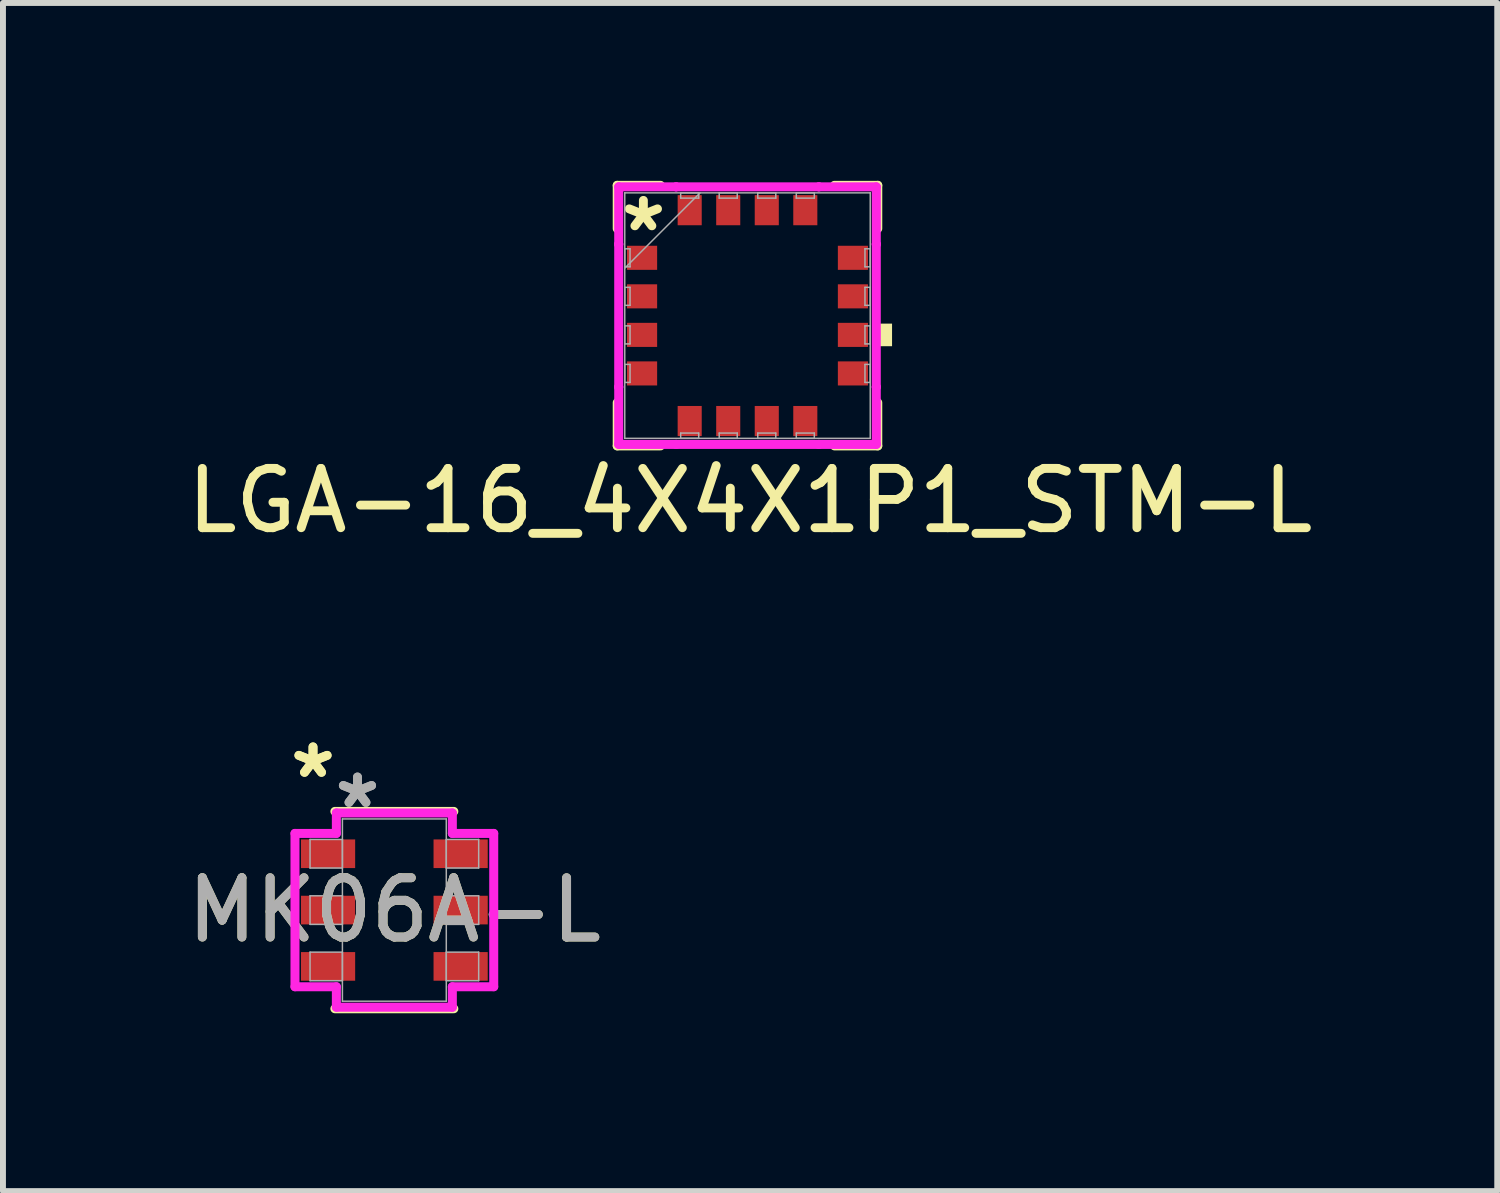
<source format=kicad_pcb>
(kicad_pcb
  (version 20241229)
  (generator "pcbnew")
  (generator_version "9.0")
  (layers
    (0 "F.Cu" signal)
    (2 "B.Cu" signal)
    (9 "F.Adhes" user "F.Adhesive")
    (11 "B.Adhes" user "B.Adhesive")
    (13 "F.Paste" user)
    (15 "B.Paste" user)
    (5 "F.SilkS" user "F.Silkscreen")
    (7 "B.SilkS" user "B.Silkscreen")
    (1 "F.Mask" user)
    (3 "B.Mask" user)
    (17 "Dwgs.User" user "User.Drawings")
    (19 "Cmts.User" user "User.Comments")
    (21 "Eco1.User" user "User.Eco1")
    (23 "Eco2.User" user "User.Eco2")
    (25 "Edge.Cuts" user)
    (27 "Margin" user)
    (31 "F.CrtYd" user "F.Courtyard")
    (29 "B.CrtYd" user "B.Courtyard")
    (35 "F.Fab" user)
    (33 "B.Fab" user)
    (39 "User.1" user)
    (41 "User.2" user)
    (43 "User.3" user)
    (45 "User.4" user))
  (footprint "MK06A-L"
    (layer "F.Cu")
    (at 3.601 12.299)
    (property "Reference" "MK06A-L" (at 0 0 0) (unlocked yes) (layer "F.SilkS") (effects (font (size 1 1) (thickness 0.15))))
    (attr smd)
    (fp_line (start -1.003 1.664) (end 1.003 1.664) (stroke (width 0.152) (type solid)) (layer "F.SilkS"))
    (fp_line (start 1.003 -1.664) (end -1.003 -1.664) (stroke (width 0.152) (type solid)) (layer "F.SilkS"))
    (fp_line (start -1.676 -1.293) (end -0.978 -1.293) (stroke (width 0.152) (type solid)) (layer "F.CrtYd"))
    (fp_line (start -1.676 1.293) (end -1.676 -1.293) (stroke (width 0.152) (type solid)) (layer "F.CrtYd"))
    (fp_line (start -0.978 -1.638) (end 0.978 -1.638) (stroke (width 0.152) (type solid)) (layer "F.CrtYd"))
    (fp_line (start -0.978 -1.293) (end -0.978 -1.638) (stroke (width 0.152) (type solid)) (layer "F.CrtYd"))
    (fp_line (start -0.978 1.293) (end -1.676 1.293) (stroke (width 0.152) (type solid)) (layer "F.CrtYd"))
    (fp_line (start -0.978 1.638) (end -0.978 1.293) (stroke (width 0.152) (type solid)) (layer "F.CrtYd"))
    (fp_line (start 0.978 -1.638) (end 0.978 -1.293) (stroke (width 0.152) (type solid)) (layer "F.CrtYd"))
    (fp_line (start 0.978 -1.293) (end 1.676 -1.293) (stroke (width 0.152) (type solid)) (layer "F.CrtYd"))
    (fp_line (start 0.978 1.293) (end 0.978 1.638) (stroke (width 0.152) (type solid)) (layer "F.CrtYd"))
    (fp_line (start 0.978 1.638) (end -0.978 1.638) (stroke (width 0.152) (type solid)) (layer "F.CrtYd"))
    (fp_line (start 1.676 -1.293) (end 1.676 1.293) (stroke (width 0.152) (type solid)) (layer "F.CrtYd"))
    (fp_line (start 1.676 1.293) (end 0.978 1.293) (stroke (width 0.152) (type solid)) (layer "F.CrtYd"))
    (fp_line (start -1.422 -1.191) (end -1.422 -0.709) (stroke (width 0.025) (type solid)) (layer "F.Fab"))
    (fp_line (start -1.422 -0.709) (end -0.876 -0.709) (stroke (width 0.025) (type solid)) (layer "F.Fab"))
    (fp_line (start -1.422 -0.241) (end -1.422 0.241) (stroke (width 0.025) (type solid)) (layer "F.Fab"))
    (fp_line (start -1.422 0.241) (end -0.876 0.241) (stroke (width 0.025) (type solid)) (layer "F.Fab"))
    (fp_line (start -1.422 0.709) (end -1.422 1.191) (stroke (width 0.025) (type solid)) (layer "F.Fab"))
    (fp_line (start -1.422 1.191) (end -0.876 1.191) (stroke (width 0.025) (type solid)) (layer "F.Fab"))
    (fp_line (start -0.876 -1.537) (end -0.876 1.537) (stroke (width 0.025) (type solid)) (layer "F.Fab"))
    (fp_line (start -0.876 -1.191) (end -1.422 -1.191) (stroke (width 0.025) (type solid)) (layer "F.Fab"))
    (fp_line (start -0.876 -0.709) (end -0.876 -1.191) (stroke (width 0.025) (type solid)) (layer "F.Fab"))
    (fp_line (start -0.876 -0.241) (end -1.422 -0.241) (stroke (width 0.025) (type solid)) (layer "F.Fab"))
    (fp_line (start -0.876 0.241) (end -0.876 -0.241) (stroke (width 0.025) (type solid)) (layer "F.Fab"))
    (fp_line (start -0.876 0.709) (end -1.422 0.709) (stroke (width 0.025) (type solid)) (layer "F.Fab"))
    (fp_line (start -0.876 1.191) (end -0.876 0.709) (stroke (width 0.025) (type solid)) (layer "F.Fab"))
    (fp_line (start -0.876 1.537) (end 0.876 1.537) (stroke (width 0.025) (type solid)) (layer "F.Fab"))
    (fp_line (start 0.876 -1.537) (end -0.876 -1.537) (stroke (width 0.025) (type solid)) (layer "F.Fab"))
    (fp_line (start 0.876 -1.191) (end 0.876 -0.709) (stroke (width 0.025) (type solid)) (layer "F.Fab"))
    (fp_line (start 0.876 -0.709) (end 1.422 -0.709) (stroke (width 0.025) (type solid)) (layer "F.Fab"))
    (fp_line (start 0.876 -0.241) (end 0.876 0.241) (stroke (width 0.025) (type solid)) (layer "F.Fab"))
    (fp_line (start 0.876 0.241) (end 1.422 0.241) (stroke (width 0.025) (type solid)) (layer "F.Fab"))
    (fp_line (start 0.876 0.709) (end 0.876 1.191) (stroke (width 0.025) (type solid)) (layer "F.Fab"))
    (fp_line (start 0.876 1.191) (end 1.422 1.191) (stroke (width 0.025) (type solid)) (layer "F.Fab"))
    (fp_line (start 0.876 1.537) (end 0.876 -1.537) (stroke (width 0.025) (type solid)) (layer "F.Fab"))
    (fp_line (start 1.422 -1.191) (end 0.876 -1.191) (stroke (width 0.025) (type solid)) (layer "F.Fab"))
    (fp_line (start 1.422 -0.709) (end 1.422 -1.191) (stroke (width 0.025) (type solid)) (layer "F.Fab"))
    (fp_line (start 1.422 -0.241) (end 0.876 -0.241) (stroke (width 0.025) (type solid)) (layer "F.Fab"))
    (fp_line (start 1.422 0.241) (end 1.422 -0.241) (stroke (width 0.025) (type solid)) (layer "F.Fab"))
    (fp_line (start 1.422 0.709) (end 0.876 0.709) (stroke (width 0.025) (type solid)) (layer "F.Fab"))
    (fp_line (start 1.422 1.191) (end 1.422 0.709) (stroke (width 0.025) (type solid)) (layer "F.Fab"))
    (fp_text user "*" (at -1.372 -2.207 0) (layer "F.SilkS") (effects (font (size 1 1) (thickness 0.15))))
    (fp_text user "*" (at -1.372 -2.207 0) (unlocked yes) (layer "F.SilkS") (effects (font (size 1 1) (thickness 0.15))))
    (fp_text user "*" (at -0.622 -1.699 0) (layer "F.Fab") (effects (font (size 1 1) (thickness 0.15))))
    (fp_text user "${REFERENCE}" (at 0 0 0) (unlocked yes) (layer "F.Fab") (effects (font (size 1 1) (thickness 0.15))))
    (fp_text user "*" (at -0.622 -1.699 0) (unlocked yes) (layer "F.Fab") (effects (font (size 1 1) (thickness 0.15))))
    (pad "1" smd rect (at -1.118 -0.95) (size 0.914 0.483) (layers "F.Cu" "F.Mask" "F.Paste"))
    (pad "2" smd rect (at -1.118 0) (size 0.914 0.483) (layers "F.Cu" "F.Mask" "F.Paste"))
    (pad "3" smd rect (at -1.118 0.95) (size 0.914 0.483) (layers "F.Cu" "F.Mask" "F.Paste"))
    (pad "4" smd rect (at 1.118 0.95) (size 0.914 0.483) (layers "F.Cu" "F.Mask" "F.Paste"))
    (pad "5" smd rect (at 1.118 0) (size 0.914 0.483) (layers "F.Cu" "F.Mask" "F.Paste"))
    (pad "6" smd rect (at 1.118 -0.95) (size 0.914 0.483) (layers "F.Cu" "F.Mask" "F.Paste")))
  (footprint "LGA-16_4X4X1P1_STM-L"
    (layer "F.Cu")
    (at 9.557 2.273)
    (property "Reference" "LGA-16_4X4X1P1_STM-L" (at 0.044 3.122 0) (unlocked yes) (layer "F.SilkS") (effects (font (size 1 1) (thickness 0.15))))
    (attr smd)
    (fp_line (start -2.197 -2.197) (end -2.197 -1.467) (stroke (width 0.152) (type solid)) (layer "F.SilkS"))
    (fp_line (start -2.197 1.467) (end -2.197 2.197) (stroke (width 0.152) (type solid)) (layer "F.SilkS"))
    (fp_line (start -2.197 2.197) (end -1.467 2.197) (stroke (width 0.152) (type solid)) (layer "F.SilkS"))
    (fp_line (start -1.467 -2.197) (end -2.197 -2.197) (stroke (width 0.152) (type solid)) (layer "F.SilkS"))
    (fp_line (start 1.467 2.197) (end 2.197 2.197) (stroke (width 0.152) (type solid)) (layer "F.SilkS"))
    (fp_line (start 2.197 -2.197) (end 1.467 -2.197) (stroke (width 0.152) (type solid)) (layer "F.SilkS"))
    (fp_line (start 2.197 -1.467) (end 2.197 -2.197) (stroke (width 0.152) (type solid)) (layer "F.SilkS"))
    (fp_line (start 2.197 2.197) (end 2.197 1.467) (stroke (width 0.152) (type solid)) (layer "F.SilkS"))
    (fp_poly (pts (xy 2.438 0.135) (xy 2.438 0.516) (xy 2.184 0.516) (xy 2.184 0.135)) (stroke (width 0) (type solid)) (fill yes) (layer "F.SilkS"))
    (fp_line (start -2.172 -2.172) (end -1.204 -2.172) (stroke (width 0.152) (type solid)) (layer "F.CrtYd"))
    (fp_line (start -2.172 -1.204) (end -2.172 -2.172) (stroke (width 0.152) (type solid)) (layer "F.CrtYd"))
    (fp_line (start -2.172 -1.204) (end -2.172 -1.204) (stroke (width 0.152) (type solid)) (layer "F.CrtYd"))
    (fp_line (start -2.172 1.204) (end -2.172 -1.204) (stroke (width 0.152) (type solid)) (layer "F.CrtYd"))
    (fp_line (start -2.172 1.204) (end -2.172 1.204) (stroke (width 0.152) (type solid)) (layer "F.CrtYd"))
    (fp_line (start -2.172 2.172) (end -2.172 1.204) (stroke (width 0.152) (type solid)) (layer "F.CrtYd"))
    (fp_line (start -1.204 -2.172) (end -1.204 -2.172) (stroke (width 0.152) (type solid)) (layer "F.CrtYd"))
    (fp_line (start -1.204 -2.172) (end 1.204 -2.172) (stroke (width 0.152) (type solid)) (layer "F.CrtYd"))
    (fp_line (start -1.204 2.172) (end -2.172 2.172) (stroke (width 0.152) (type solid)) (layer "F.CrtYd"))
    (fp_line (start -1.204 2.172) (end -1.204 2.172) (stroke (width 0.152) (type solid)) (layer "F.CrtYd"))
    (fp_line (start 1.204 -2.172) (end 1.204 -2.172) (stroke (width 0.152) (type solid)) (layer "F.CrtYd"))
    (fp_line (start 1.204 -2.172) (end 2.172 -2.172) (stroke (width 0.152) (type solid)) (layer "F.CrtYd"))
    (fp_line (start 1.204 2.172) (end -1.204 2.172) (stroke (width 0.152) (type solid)) (layer "F.CrtYd"))
    (fp_line (start 1.204 2.172) (end 1.204 2.172) (stroke (width 0.152) (type solid)) (layer "F.CrtYd"))
    (fp_line (start 2.172 -2.172) (end 2.172 -1.204) (stroke (width 0.152) (type solid)) (layer "F.CrtYd"))
    (fp_line (start 2.172 -1.204) (end 2.172 -1.204) (stroke (width 0.152) (type solid)) (layer "F.CrtYd"))
    (fp_line (start 2.172 -1.204) (end 2.172 1.204) (stroke (width 0.152) (type solid)) (layer "F.CrtYd"))
    (fp_line (start 2.172 1.204) (end 2.172 1.204) (stroke (width 0.152) (type solid)) (layer "F.CrtYd"))
    (fp_line (start 2.172 1.204) (end 2.172 2.172) (stroke (width 0.152) (type solid)) (layer "F.CrtYd"))
    (fp_line (start 2.172 2.172) (end 1.204 2.172) (stroke (width 0.152) (type solid)) (layer "F.CrtYd"))
    (fp_line (start -2.07 -2.07) (end -2.07 -2.07) (stroke (width 0.025) (type solid)) (layer "F.Fab"))
    (fp_line (start -2.07 -2.07) (end -2.07 2.07) (stroke (width 0.025) (type solid)) (layer "F.Fab"))
    (fp_line (start -2.07 -1.127) (end -1.981 -1.127) (stroke (width 0.025) (type solid)) (layer "F.Fab"))
    (fp_line (start -2.07 -0.823) (end -2.07 -1.127) (stroke (width 0.025) (type solid)) (layer "F.Fab"))
    (fp_line (start -2.07 -0.8) (end -0.8 -2.07) (stroke (width 0.025) (type solid)) (layer "F.Fab"))
    (fp_line (start -2.07 -0.477) (end -1.981 -0.477) (stroke (width 0.025) (type solid)) (layer "F.Fab"))
    (fp_line (start -2.07 -0.173) (end -2.07 -0.477) (stroke (width 0.025) (type solid)) (layer "F.Fab"))
    (fp_line (start -2.07 0.173) (end -1.981 0.173) (stroke (width 0.025) (type solid)) (layer "F.Fab"))
    (fp_line (start -2.07 0.477) (end -2.07 0.173) (stroke (width 0.025) (type solid)) (layer "F.Fab"))
    (fp_line (start -2.07 0.823) (end -1.981 0.823) (stroke (width 0.025) (type solid)) (layer "F.Fab"))
    (fp_line (start -2.07 1.127) (end -2.07 0.823) (stroke (width 0.025) (type solid)) (layer "F.Fab"))
    (fp_line (start -2.07 2.07) (end -2.07 2.07) (stroke (width 0.025) (type solid)) (layer "F.Fab"))
    (fp_line (start -2.07 2.07) (end 2.07 2.07) (stroke (width 0.025) (type solid)) (layer "F.Fab"))
    (fp_line (start -1.981 -1.127) (end -1.981 -0.823) (stroke (width 0.025) (type solid)) (layer "F.Fab"))
    (fp_line (start -1.981 -0.823) (end -2.07 -0.823) (stroke (width 0.025) (type solid)) (layer "F.Fab"))
    (fp_line (start -1.981 -0.477) (end -1.981 -0.173) (stroke (width 0.025) (type solid)) (layer "F.Fab"))
    (fp_line (start -1.981 -0.173) (end -2.07 -0.173) (stroke (width 0.025) (type solid)) (layer "F.Fab"))
    (fp_line (start -1.981 0.173) (end -1.981 0.477) (stroke (width 0.025) (type solid)) (layer "F.Fab"))
    (fp_line (start -1.981 0.477) (end -2.07 0.477) (stroke (width 0.025) (type solid)) (layer "F.Fab"))
    (fp_line (start -1.981 0.823) (end -1.981 1.127) (stroke (width 0.025) (type solid)) (layer "F.Fab"))
    (fp_line (start -1.981 1.127) (end -2.07 1.127) (stroke (width 0.025) (type solid)) (layer "F.Fab"))
    (fp_line (start -1.127 -2.07) (end -0.823 -2.07) (stroke (width 0.025) (type solid)) (layer "F.Fab"))
    (fp_line (start -1.127 -1.981) (end -1.127 -2.07) (stroke (width 0.025) (type solid)) (layer "F.Fab"))
    (fp_line (start -1.127 1.981) (end -0.823 1.981) (stroke (width 0.025) (type solid)) (layer "F.Fab"))
    (fp_line (start -1.127 2.07) (end -1.127 1.981) (stroke (width 0.025) (type solid)) (layer "F.Fab"))
    (fp_line (start -0.823 -2.07) (end -0.823 -1.981) (stroke (width 0.025) (type solid)) (layer "F.Fab"))
    (fp_line (start -0.823 -1.981) (end -1.127 -1.981) (stroke (width 0.025) (type solid)) (layer "F.Fab"))
    (fp_line (start -0.823 1.981) (end -0.823 2.07) (stroke (width 0.025) (type solid)) (layer "F.Fab"))
    (fp_line (start -0.823 2.07) (end -1.127 2.07) (stroke (width 0.025) (type solid)) (layer "F.Fab"))
    (fp_line (start -0.477 -2.07) (end -0.173 -2.07) (stroke (width 0.025) (type solid)) (layer "F.Fab"))
    (fp_line (start -0.477 -1.981) (end -0.477 -2.07) (stroke (width 0.025) (type solid)) (layer "F.Fab"))
    (fp_line (start -0.477 1.981) (end -0.173 1.981) (stroke (width 0.025) (type solid)) (layer "F.Fab"))
    (fp_line (start -0.477 2.07) (end -0.477 1.981) (stroke (width 0.025) (type solid)) (layer "F.Fab"))
    (fp_line (start -0.173 -2.07) (end -0.173 -1.981) (stroke (width 0.025) (type solid)) (layer "F.Fab"))
    (fp_line (start -0.173 -1.981) (end -0.477 -1.981) (stroke (width 0.025) (type solid)) (layer "F.Fab"))
    (fp_line (start -0.173 1.981) (end -0.173 2.07) (stroke (width 0.025) (type solid)) (layer "F.Fab"))
    (fp_line (start -0.173 2.07) (end -0.477 2.07) (stroke (width 0.025) (type solid)) (layer "F.Fab"))
    (fp_line (start 0.173 -2.07) (end 0.477 -2.07) (stroke (width 0.025) (type solid)) (layer "F.Fab"))
    (fp_line (start 0.173 -1.981) (end 0.173 -2.07) (stroke (width 0.025) (type solid)) (layer "F.Fab"))
    (fp_line (start 0.173 1.981) (end 0.477 1.981) (stroke (width 0.025) (type solid)) (layer "F.Fab"))
    (fp_line (start 0.173 2.07) (end 0.173 1.981) (stroke (width 0.025) (type solid)) (layer "F.Fab"))
    (fp_line (start 0.477 -2.07) (end 0.477 -1.981) (stroke (width 0.025) (type solid)) (layer "F.Fab"))
    (fp_line (start 0.477 -1.981) (end 0.173 -1.981) (stroke (width 0.025) (type solid)) (layer "F.Fab"))
    (fp_line (start 0.477 1.981) (end 0.477 2.07) (stroke (width 0.025) (type solid)) (layer "F.Fab"))
    (fp_line (start 0.477 2.07) (end 0.173 2.07) (stroke (width 0.025) (type solid)) (layer "F.Fab"))
    (fp_line (start 0.823 -2.07) (end 1.127 -2.07) (stroke (width 0.025) (type solid)) (layer "F.Fab"))
    (fp_line (start 0.823 -1.981) (end 0.823 -2.07) (stroke (width 0.025) (type solid)) (layer "F.Fab"))
    (fp_line (start 0.823 1.981) (end 1.127 1.981) (stroke (width 0.025) (type solid)) (layer "F.Fab"))
    (fp_line (start 0.823 2.07) (end 0.823 1.981) (stroke (width 0.025) (type solid)) (layer "F.Fab"))
    (fp_line (start 1.127 -2.07) (end 1.127 -1.981) (stroke (width 0.025) (type solid)) (layer "F.Fab"))
    (fp_line (start 1.127 -1.981) (end 0.823 -1.981) (stroke (width 0.025) (type solid)) (layer "F.Fab"))
    (fp_line (start 1.127 1.981) (end 1.127 2.07) (stroke (width 0.025) (type solid)) (layer "F.Fab"))
    (fp_line (start 1.127 2.07) (end 0.823 2.07) (stroke (width 0.025) (type solid)) (layer "F.Fab"))
    (fp_line (start 1.981 -1.127) (end 2.07 -1.127) (stroke (width 0.025) (type solid)) (layer "F.Fab"))
    (fp_line (start 1.981 -0.823) (end 1.981 -1.127) (stroke (width 0.025) (type solid)) (layer "F.Fab"))
    (fp_line (start 1.981 -0.477) (end 2.07 -0.477) (stroke (width 0.025) (type solid)) (layer "F.Fab"))
    (fp_line (start 1.981 -0.173) (end 1.981 -0.477) (stroke (width 0.025) (type solid)) (layer "F.Fab"))
    (fp_line (start 1.981 0.173) (end 2.07 0.173) (stroke (width 0.025) (type solid)) (layer "F.Fab"))
    (fp_line (start 1.981 0.477) (end 1.981 0.173) (stroke (width 0.025) (type solid)) (layer "F.Fab"))
    (fp_line (start 1.981 0.823) (end 2.07 0.823) (stroke (width 0.025) (type solid)) (layer "F.Fab"))
    (fp_line (start 1.981 1.127) (end 1.981 0.823) (stroke (width 0.025) (type solid)) (layer "F.Fab"))
    (fp_line (start 2.07 -2.07) (end -2.07 -2.07) (stroke (width 0.025) (type solid)) (layer "F.Fab"))
    (fp_line (start 2.07 -2.07) (end 2.07 -2.07) (stroke (width 0.025) (type solid)) (layer "F.Fab"))
    (fp_line (start 2.07 -1.127) (end 2.07 -0.823) (stroke (width 0.025) (type solid)) (layer "F.Fab"))
    (fp_line (start 2.07 -0.823) (end 1.981 -0.823) (stroke (width 0.025) (type solid)) (layer "F.Fab"))
    (fp_line (start 2.07 -0.477) (end 2.07 -0.173) (stroke (width 0.025) (type solid)) (layer "F.Fab"))
    (fp_line (start 2.07 -0.173) (end 1.981 -0.173) (stroke (width 0.025) (type solid)) (layer "F.Fab"))
    (fp_line (start 2.07 0.173) (end 2.07 0.477) (stroke (width 0.025) (type solid)) (layer "F.Fab"))
    (fp_line (start 2.07 0.477) (end 1.981 0.477) (stroke (width 0.025) (type solid)) (layer "F.Fab"))
    (fp_line (start 2.07 0.823) (end 2.07 1.127) (stroke (width 0.025) (type solid)) (layer "F.Fab"))
    (fp_line (start 2.07 1.127) (end 1.981 1.127) (stroke (width 0.025) (type solid)) (layer "F.Fab"))
    (fp_line (start 2.07 2.07) (end 2.07 -2.07) (stroke (width 0.025) (type solid)) (layer "F.Fab"))
    (fp_line (start 2.07 2.07) (end 2.07 2.07) (stroke (width 0.025) (type solid)) (layer "F.Fab"))
    (fp_text user "*" (at -1.756 -1.398 0) (unlocked yes) (layer "F.SilkS") (effects (font (size 1 1) (thickness 0.15))))
    (pad "1" smd rect (at -1.778 -0.975 90) (size 0.406 0.508) (layers "F.Cu" "F.Mask" "F.Paste"))
    (pad "2" smd rect (at -1.778 -0.325 90) (size 0.406 0.508) (layers "F.Cu" "F.Mask" "F.Paste"))
    (pad "3" smd rect (at -1.778 0.325 90) (size 0.406 0.508) (layers "F.Cu" "F.Mask" "F.Paste"))
    (pad "4" smd rect (at -1.778 0.975 90) (size 0.406 0.508) (layers "F.Cu" "F.Mask" "F.Paste"))
    (pad "5" smd rect (at -0.975 1.778) (size 0.406 0.508) (layers "F.Cu" "F.Mask" "F.Paste"))
    (pad "6" smd rect (at -0.325 1.778) (size 0.406 0.508) (layers "F.Cu" "F.Mask" "F.Paste"))
    (pad "7" smd rect (at 0.325 1.778) (size 0.406 0.508) (layers "F.Cu" "F.Mask" "F.Paste"))
    (pad "8" smd rect (at 0.975 1.778) (size 0.406 0.508) (layers "F.Cu" "F.Mask" "F.Paste"))
    (pad "9" smd rect (at 1.778 0.975 90) (size 0.406 0.508) (layers "F.Cu" "F.Mask" "F.Paste"))
    (pad "10" smd rect (at 1.778 0.325 90) (size 0.406 0.508) (layers "F.Cu" "F.Mask" "F.Paste"))
    (pad "11" smd rect (at 1.778 -0.325 90) (size 0.406 0.508) (layers "F.Cu" "F.Mask" "F.Paste"))
    (pad "12" smd rect (at 1.778 -0.975 90) (size 0.406 0.508) (layers "F.Cu" "F.Mask" "F.Paste"))
    (pad "13" smd rect (at 0.975 -1.778) (size 0.406 0.508) (layers "F.Cu" "F.Mask" "F.Paste"))
    (pad "14" smd rect (at 0.325 -1.778) (size 0.406 0.508) (layers "F.Cu" "F.Mask" "F.Paste"))
    (pad "15" smd rect (at -0.325 -1.778) (size 0.406 0.508) (layers "F.Cu" "F.Mask" "F.Paste"))
    (pad "16" smd rect (at -0.975 -1.778) (size 0.406 0.508) (layers "F.Cu" "F.Mask" "F.Paste")))
  (gr_rect
    (start -3 -3)
    (end 22.202 17.039)
    (stroke (width 0.1) (type default))
    (fill no)
    (layer "Edge.Cuts")))
</source>
